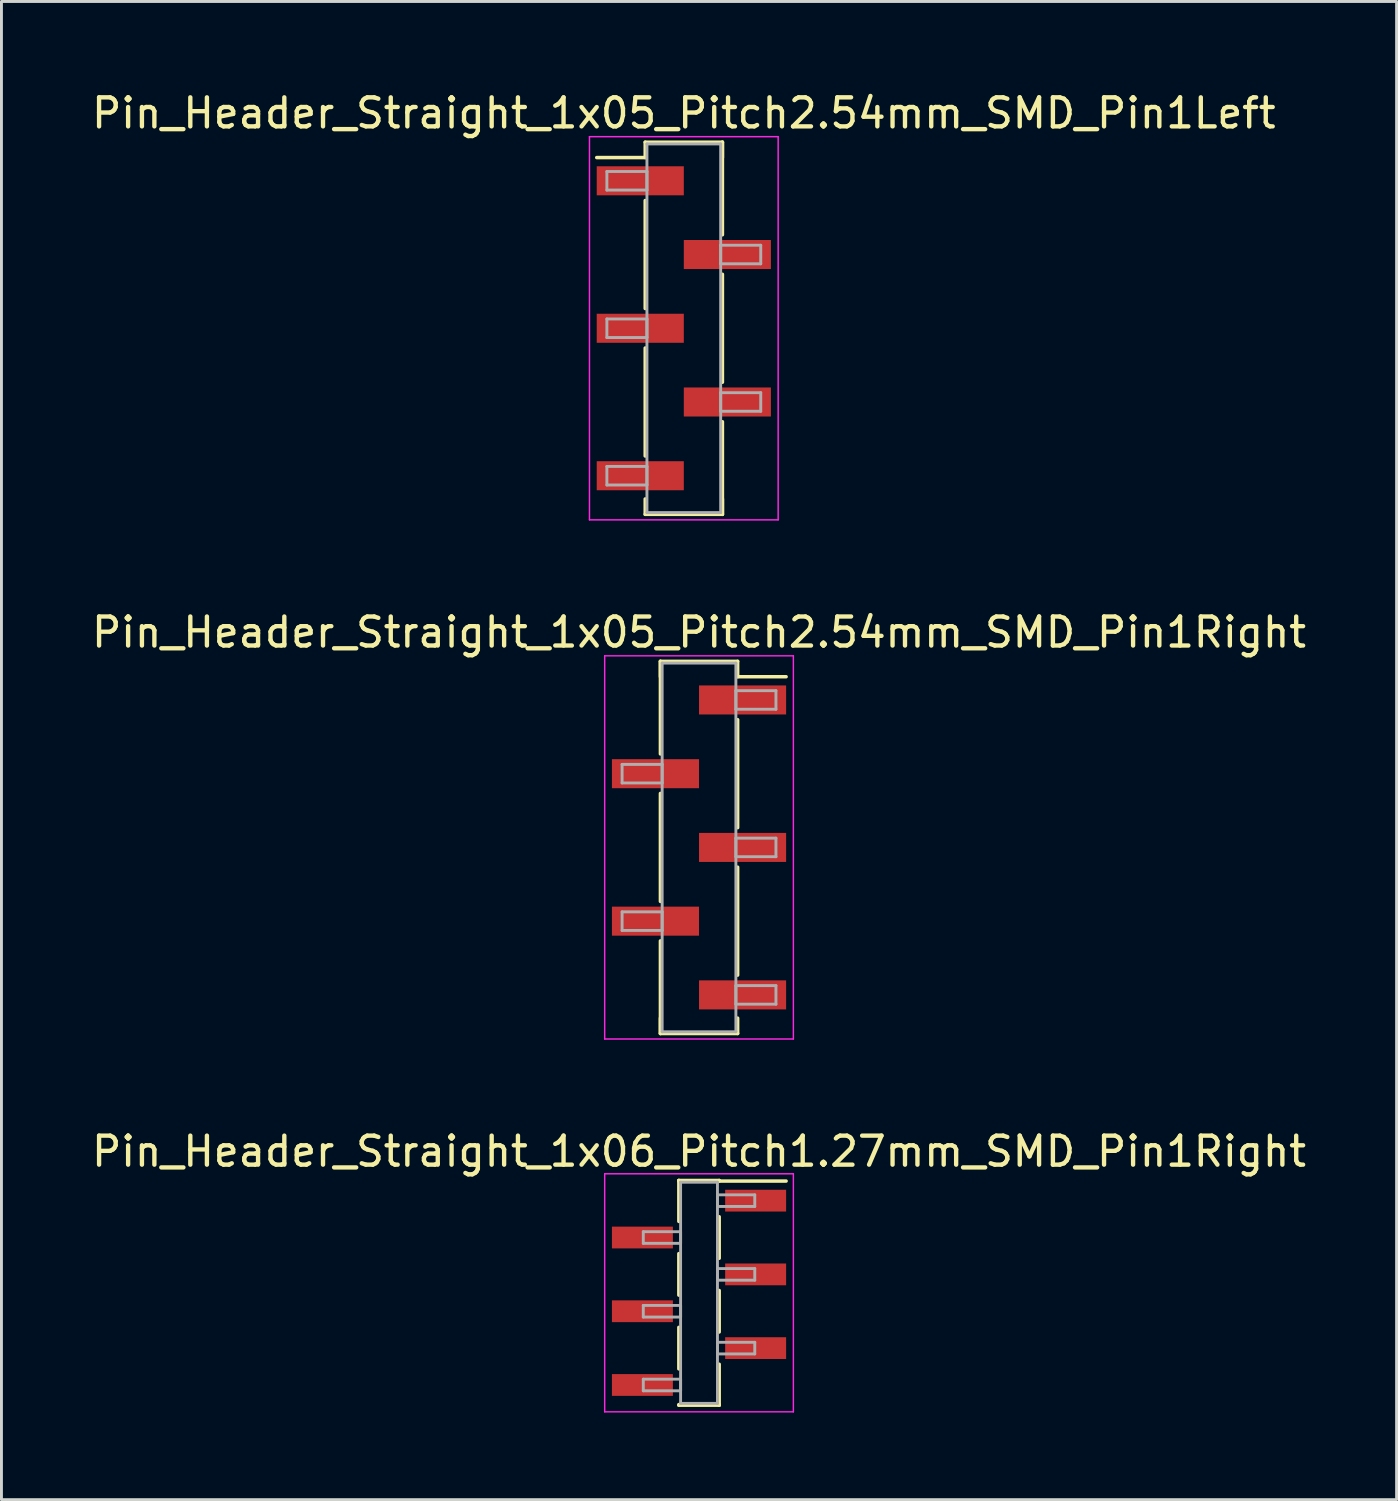
<source format=kicad_pcb>
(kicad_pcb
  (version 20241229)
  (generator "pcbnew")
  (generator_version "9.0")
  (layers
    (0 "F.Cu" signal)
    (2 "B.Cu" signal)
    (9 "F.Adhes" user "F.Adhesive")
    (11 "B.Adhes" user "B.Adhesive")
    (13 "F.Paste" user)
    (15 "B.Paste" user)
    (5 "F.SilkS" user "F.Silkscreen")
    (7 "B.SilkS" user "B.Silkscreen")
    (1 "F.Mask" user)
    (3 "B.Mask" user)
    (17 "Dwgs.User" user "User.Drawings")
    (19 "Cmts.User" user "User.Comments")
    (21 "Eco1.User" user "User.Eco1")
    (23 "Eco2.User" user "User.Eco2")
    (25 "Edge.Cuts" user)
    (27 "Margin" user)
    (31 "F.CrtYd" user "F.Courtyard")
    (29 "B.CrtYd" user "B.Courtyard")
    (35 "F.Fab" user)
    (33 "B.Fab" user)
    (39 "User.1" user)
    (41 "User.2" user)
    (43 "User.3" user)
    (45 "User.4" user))
  (footprint "Pin_Header_Straight_1x05_Pitch2.54mm_SMD_Pin1Right"
    (layer "F.Cu")
    (at 21.03 26.142)
    (property "Reference" "Pin_Header_Straight_1x05_Pitch2.54mm_SMD_Pin1Right" (at 0 -7.41 0) (layer "F.SilkS") (effects (font (size 1 1) (thickness 0.15))))
    (attr smd)
    (fp_line (start -1.33 -6.41) (end -1.33 -3.22) (stroke (width 0.12) (type solid)) (layer "F.SilkS"))
    (fp_line (start -1.33 -6.41) (end 1.33 -6.41) (stroke (width 0.12) (type solid)) (layer "F.SilkS"))
    (fp_line (start -1.33 -5.88) (end -1.33 -6.41) (stroke (width 0.12) (type solid)) (layer "F.SilkS"))
    (fp_line (start -1.33 -1.86) (end -1.33 1.86) (stroke (width 0.12) (type solid)) (layer "F.SilkS"))
    (fp_line (start -1.33 3.22) (end -1.33 6.41) (stroke (width 0.12) (type solid)) (layer "F.SilkS"))
    (fp_line (start -1.33 5.88) (end -1.33 6.41) (stroke (width 0.12) (type solid)) (layer "F.SilkS"))
    (fp_line (start -1.33 6.41) (end 1.33 6.41) (stroke (width 0.12) (type solid)) (layer "F.SilkS"))
    (fp_line (start 1.33 -6.41) (end 1.33 -5.88) (stroke (width 0.12) (type solid)) (layer "F.SilkS"))
    (fp_line (start 1.33 -5.88) (end 3 -5.88) (stroke (width 0.12) (type solid)) (layer "F.SilkS"))
    (fp_line (start 1.33 -4.4) (end 1.33 -0.68) (stroke (width 0.12) (type solid)) (layer "F.SilkS"))
    (fp_line (start 1.33 0.68) (end 1.33 4.4) (stroke (width 0.12) (type solid)) (layer "F.SilkS"))
    (fp_line (start 1.33 6.41) (end 1.33 5.88) (stroke (width 0.12) (type solid)) (layer "F.SilkS"))
    (fp_line (start -3.25 -6.6) (end -3.25 6.6) (stroke (width 0.05) (type solid)) (layer "F.CrtYd"))
    (fp_line (start -3.25 6.6) (end 3.25 6.6) (stroke (width 0.05) (type solid)) (layer "F.CrtYd"))
    (fp_line (start 3.25 -6.6) (end -3.25 -6.6) (stroke (width 0.05) (type solid)) (layer "F.CrtYd"))
    (fp_line (start 3.25 6.6) (end 3.25 -6.6) (stroke (width 0.05) (type solid)) (layer "F.CrtYd"))
    (fp_line (start -2.65 -2.86) (end -1.27 -2.86) (stroke (width 0.1) (type solid)) (layer "F.Fab"))
    (fp_line (start -2.65 -2.22) (end -2.65 -2.86) (stroke (width 0.1) (type solid)) (layer "F.Fab"))
    (fp_line (start -2.65 2.22) (end -1.27 2.22) (stroke (width 0.1) (type solid)) (layer "F.Fab"))
    (fp_line (start -2.65 2.86) (end -2.65 2.22) (stroke (width 0.1) (type solid)) (layer "F.Fab"))
    (fp_line (start -1.27 -6.35) (end -1.27 6.35) (stroke (width 0.1) (type solid)) (layer "F.Fab"))
    (fp_line (start -1.27 -2.86) (end -1.27 -2.22) (stroke (width 0.1) (type solid)) (layer "F.Fab"))
    (fp_line (start -1.27 -2.22) (end -2.65 -2.22) (stroke (width 0.1) (type solid)) (layer "F.Fab"))
    (fp_line (start -1.27 2.22) (end -1.27 2.86) (stroke (width 0.1) (type solid)) (layer "F.Fab"))
    (fp_line (start -1.27 2.86) (end -2.65 2.86) (stroke (width 0.1) (type solid)) (layer "F.Fab"))
    (fp_line (start -1.27 6.35) (end 1.27 6.35) (stroke (width 0.1) (type solid)) (layer "F.Fab"))
    (fp_line (start 1.27 -6.35) (end -1.27 -6.35) (stroke (width 0.1) (type solid)) (layer "F.Fab"))
    (fp_line (start 1.27 -5.4) (end 1.27 -4.76) (stroke (width 0.1) (type solid)) (layer "F.Fab"))
    (fp_line (start 1.27 -4.76) (end 2.65 -4.76) (stroke (width 0.1) (type solid)) (layer "F.Fab"))
    (fp_line (start 1.27 -0.32) (end 1.27 0.32) (stroke (width 0.1) (type solid)) (layer "F.Fab"))
    (fp_line (start 1.27 0.32) (end 2.65 0.32) (stroke (width 0.1) (type solid)) (layer "F.Fab"))
    (fp_line (start 1.27 4.76) (end 1.27 5.4) (stroke (width 0.1) (type solid)) (layer "F.Fab"))
    (fp_line (start 1.27 5.4) (end 2.65 5.4) (stroke (width 0.1) (type solid)) (layer "F.Fab"))
    (fp_line (start 1.27 6.35) (end 1.27 -6.35) (stroke (width 0.1) (type solid)) (layer "F.Fab"))
    (fp_line (start 2.65 -5.4) (end 1.27 -5.4) (stroke (width 0.1) (type solid)) (layer "F.Fab"))
    (fp_line (start 2.65 -4.76) (end 2.65 -5.4) (stroke (width 0.1) (type solid)) (layer "F.Fab"))
    (fp_line (start 2.65 -0.32) (end 1.27 -0.32) (stroke (width 0.1) (type solid)) (layer "F.Fab"))
    (fp_line (start 2.65 0.32) (end 2.65 -0.32) (stroke (width 0.1) (type solid)) (layer "F.Fab"))
    (fp_line (start 2.65 4.76) (end 1.27 4.76) (stroke (width 0.1) (type solid)) (layer "F.Fab"))
    (fp_line (start 2.65 5.4) (end 2.65 4.76) (stroke (width 0.1) (type solid)) (layer "F.Fab"))
    (pad "1" smd rect (at 1.5 -5.08) (size 3 1) (layers "F.Cu" "F.Mask"))
    (pad "2" smd rect (at -1.5 -2.54) (size 3 1) (layers "F.Cu" "F.Mask"))
    (pad "3" smd rect (at 1.5 0) (size 3 1) (layers "F.Cu" "F.Mask"))
    (pad "4" smd rect (at -1.5 2.54) (size 3 1) (layers "F.Cu" "F.Mask"))
    (pad "5" smd rect (at 1.5 5.08) (size 3 1) (layers "F.Cu" "F.Mask")))
  (footprint "Pin_Header_Straight_1x05_Pitch2.54mm_SMD_Pin1Left"
    (layer "F.Cu")
    (at 20.506 8.258)
    (property "Reference" "Pin_Header_Straight_1x05_Pitch2.54mm_SMD_Pin1Left" (at 0 -7.41 0) (layer "F.SilkS") (effects (font (size 1 1) (thickness 0.15))))
    (attr smd)
    (fp_line (start -1.33 -6.41) (end 1.33 -6.41) (stroke (width 0.12) (type solid)) (layer "F.SilkS"))
    (fp_line (start -1.33 -5.88) (end -3 -5.88) (stroke (width 0.12) (type solid)) (layer "F.SilkS"))
    (fp_line (start -1.33 -5.88) (end -1.33 -6.41) (stroke (width 0.12) (type solid)) (layer "F.SilkS"))
    (fp_line (start -1.33 -4.4) (end -1.33 -0.68) (stroke (width 0.12) (type solid)) (layer "F.SilkS"))
    (fp_line (start -1.33 0.68) (end -1.33 4.4) (stroke (width 0.12) (type solid)) (layer "F.SilkS"))
    (fp_line (start -1.33 5.88) (end -1.33 6.41) (stroke (width 0.12) (type solid)) (layer "F.SilkS"))
    (fp_line (start -1.33 6.41) (end 1.33 6.41) (stroke (width 0.12) (type solid)) (layer "F.SilkS"))
    (fp_line (start 1.33 -6.41) (end 1.33 -5.88) (stroke (width 0.12) (type solid)) (layer "F.SilkS"))
    (fp_line (start 1.33 -6.41) (end 1.33 -3.22) (stroke (width 0.12) (type solid)) (layer "F.SilkS"))
    (fp_line (start 1.33 -1.86) (end 1.33 1.86) (stroke (width 0.12) (type solid)) (layer "F.SilkS"))
    (fp_line (start 1.33 3.22) (end 1.33 6.41) (stroke (width 0.12) (type solid)) (layer "F.SilkS"))
    (fp_line (start 1.33 6.41) (end 1.33 5.88) (stroke (width 0.12) (type solid)) (layer "F.SilkS"))
    (fp_line (start -3.25 -6.6) (end -3.25 6.6) (stroke (width 0.05) (type solid)) (layer "F.CrtYd"))
    (fp_line (start -3.25 6.6) (end 3.25 6.6) (stroke (width 0.05) (type solid)) (layer "F.CrtYd"))
    (fp_line (start 3.25 -6.6) (end -3.25 -6.6) (stroke (width 0.05) (type solid)) (layer "F.CrtYd"))
    (fp_line (start 3.25 6.6) (end 3.25 -6.6) (stroke (width 0.05) (type solid)) (layer "F.CrtYd"))
    (fp_line (start -2.65 -5.4) (end -1.27 -5.4) (stroke (width 0.1) (type solid)) (layer "F.Fab"))
    (fp_line (start -2.65 -4.76) (end -2.65 -5.4) (stroke (width 0.1) (type solid)) (layer "F.Fab"))
    (fp_line (start -2.65 -0.32) (end -1.27 -0.32) (stroke (width 0.1) (type solid)) (layer "F.Fab"))
    (fp_line (start -2.65 0.32) (end -2.65 -0.32) (stroke (width 0.1) (type solid)) (layer "F.Fab"))
    (fp_line (start -2.65 4.76) (end -1.27 4.76) (stroke (width 0.1) (type solid)) (layer "F.Fab"))
    (fp_line (start -2.65 5.4) (end -2.65 4.76) (stroke (width 0.1) (type solid)) (layer "F.Fab"))
    (fp_line (start -1.27 -6.35) (end -1.27 6.35) (stroke (width 0.1) (type solid)) (layer "F.Fab"))
    (fp_line (start -1.27 -5.4) (end -1.27 -4.76) (stroke (width 0.1) (type solid)) (layer "F.Fab"))
    (fp_line (start -1.27 -4.76) (end -2.65 -4.76) (stroke (width 0.1) (type solid)) (layer "F.Fab"))
    (fp_line (start -1.27 -0.32) (end -1.27 0.32) (stroke (width 0.1) (type solid)) (layer "F.Fab"))
    (fp_line (start -1.27 0.32) (end -2.65 0.32) (stroke (width 0.1) (type solid)) (layer "F.Fab"))
    (fp_line (start -1.27 4.76) (end -1.27 5.4) (stroke (width 0.1) (type solid)) (layer "F.Fab"))
    (fp_line (start -1.27 5.4) (end -2.65 5.4) (stroke (width 0.1) (type solid)) (layer "F.Fab"))
    (fp_line (start -1.27 6.35) (end 1.27 6.35) (stroke (width 0.1) (type solid)) (layer "F.Fab"))
    (fp_line (start 1.27 -6.35) (end -1.27 -6.35) (stroke (width 0.1) (type solid)) (layer "F.Fab"))
    (fp_line (start 1.27 -2.86) (end 1.27 -2.22) (stroke (width 0.1) (type solid)) (layer "F.Fab"))
    (fp_line (start 1.27 -2.22) (end 2.65 -2.22) (stroke (width 0.1) (type solid)) (layer "F.Fab"))
    (fp_line (start 1.27 2.22) (end 1.27 2.86) (stroke (width 0.1) (type solid)) (layer "F.Fab"))
    (fp_line (start 1.27 2.86) (end 2.65 2.86) (stroke (width 0.1) (type solid)) (layer "F.Fab"))
    (fp_line (start 1.27 6.35) (end 1.27 -6.35) (stroke (width 0.1) (type solid)) (layer "F.Fab"))
    (fp_line (start 2.65 -2.86) (end 1.27 -2.86) (stroke (width 0.1) (type solid)) (layer "F.Fab"))
    (fp_line (start 2.65 -2.22) (end 2.65 -2.86) (stroke (width 0.1) (type solid)) (layer "F.Fab"))
    (fp_line (start 2.65 2.22) (end 1.27 2.22) (stroke (width 0.1) (type solid)) (layer "F.Fab"))
    (fp_line (start 2.65 2.86) (end 2.65 2.22) (stroke (width 0.1) (type solid)) (layer "F.Fab"))
    (pad "1" smd rect (at -1.5 -5.08) (size 3 1) (layers "F.Cu" "F.Mask"))
    (pad "2" smd rect (at 1.5 -2.54) (size 3 1) (layers "F.Cu" "F.Mask"))
    (pad "3" smd rect (at -1.5 0) (size 3 1) (layers "F.Cu" "F.Mask"))
    (pad "4" smd rect (at 1.5 2.54) (size 3 1) (layers "F.Cu" "F.Mask"))
    (pad "5" smd rect (at -1.5 5.08) (size 3 1) (layers "F.Cu" "F.Mask")))
  (footprint "Pin_Header_Straight_1x06_Pitch1.27mm_SMD_Pin1Right"
    (layer "F.Cu")
    (at 21.03 41.485)
    (property "Reference" "Pin_Header_Straight_1x06_Pitch1.27mm_SMD_Pin1Right" (at 0 -4.87 0) (layer "F.SilkS") (effects (font (size 1 1) (thickness 0.15))))
    (attr smd)
    (fp_line (start -0.695 -3.87) (end -0.695 -2.46) (stroke (width 0.12) (type solid)) (layer "F.SilkS"))
    (fp_line (start -0.695 -3.87) (end 0.695 -3.87) (stroke (width 0.12) (type solid)) (layer "F.SilkS"))
    (fp_line (start -0.695 -3.85) (end -0.695 -3.87) (stroke (width 0.12) (type solid)) (layer "F.SilkS"))
    (fp_line (start -0.695 -1.35) (end -0.695 0.08) (stroke (width 0.12) (type solid)) (layer "F.SilkS"))
    (fp_line (start -0.695 1.19) (end -0.695 2.62) (stroke (width 0.12) (type solid)) (layer "F.SilkS"))
    (fp_line (start -0.695 3.85) (end -0.695 3.87) (stroke (width 0.12) (type solid)) (layer "F.SilkS"))
    (fp_line (start -0.695 3.87) (end 0.695 3.87) (stroke (width 0.12) (type solid)) (layer "F.SilkS"))
    (fp_line (start 0.695 -3.87) (end 0.695 -3.85) (stroke (width 0.12) (type solid)) (layer "F.SilkS"))
    (fp_line (start 0.695 -3.85) (end 3 -3.85) (stroke (width 0.12) (type solid)) (layer "F.SilkS"))
    (fp_line (start 0.695 -2.62) (end 0.695 -1.19) (stroke (width 0.12) (type solid)) (layer "F.SilkS"))
    (fp_line (start 0.695 -0.08) (end 0.695 1.35) (stroke (width 0.12) (type solid)) (layer "F.SilkS"))
    (fp_line (start 0.695 2.46) (end 0.695 3.87) (stroke (width 0.12) (type solid)) (layer "F.SilkS"))
    (fp_line (start 0.695 3.87) (end 0.695 3.85) (stroke (width 0.12) (type solid)) (layer "F.SilkS"))
    (fp_line (start -3.25 -4.1) (end -3.25 4.1) (stroke (width 0.05) (type solid)) (layer "F.CrtYd"))
    (fp_line (start -3.25 4.1) (end 3.25 4.1) (stroke (width 0.05) (type solid)) (layer "F.CrtYd"))
    (fp_line (start 3.25 -4.1) (end -3.25 -4.1) (stroke (width 0.05) (type solid)) (layer "F.CrtYd"))
    (fp_line (start 3.25 4.1) (end 3.25 -4.1) (stroke (width 0.05) (type solid)) (layer "F.CrtYd"))
    (fp_line (start -1.92 -2.105) (end -0.635 -2.105) (stroke (width 0.1) (type solid)) (layer "F.Fab"))
    (fp_line (start -1.92 -1.705) (end -1.92 -2.105) (stroke (width 0.1) (type solid)) (layer "F.Fab"))
    (fp_line (start -1.92 0.435) (end -0.635 0.435) (stroke (width 0.1) (type solid)) (layer "F.Fab"))
    (fp_line (start -1.92 0.835) (end -1.92 0.435) (stroke (width 0.1) (type solid)) (layer "F.Fab"))
    (fp_line (start -1.92 2.975) (end -0.635 2.975) (stroke (width 0.1) (type solid)) (layer "F.Fab"))
    (fp_line (start -1.92 3.375) (end -1.92 2.975) (stroke (width 0.1) (type solid)) (layer "F.Fab"))
    (fp_line (start -0.635 -3.81) (end -0.635 3.81) (stroke (width 0.1) (type solid)) (layer "F.Fab"))
    (fp_line (start -0.635 -2.105) (end -0.635 -1.705) (stroke (width 0.1) (type solid)) (layer "F.Fab"))
    (fp_line (start -0.635 -1.705) (end -1.92 -1.705) (stroke (width 0.1) (type solid)) (layer "F.Fab"))
    (fp_line (start -0.635 0.435) (end -0.635 0.835) (stroke (width 0.1) (type solid)) (layer "F.Fab"))
    (fp_line (start -0.635 0.835) (end -1.92 0.835) (stroke (width 0.1) (type solid)) (layer "F.Fab"))
    (fp_line (start -0.635 2.975) (end -0.635 3.375) (stroke (width 0.1) (type solid)) (layer "F.Fab"))
    (fp_line (start -0.635 3.375) (end -1.92 3.375) (stroke (width 0.1) (type solid)) (layer "F.Fab"))
    (fp_line (start -0.635 3.81) (end 0.635 3.81) (stroke (width 0.1) (type solid)) (layer "F.Fab"))
    (fp_line (start 0.635 -3.81) (end -0.635 -3.81) (stroke (width 0.1) (type solid)) (layer "F.Fab"))
    (fp_line (start 0.635 -3.375) (end 0.635 -2.975) (stroke (width 0.1) (type solid)) (layer "F.Fab"))
    (fp_line (start 0.635 -2.975) (end 1.92 -2.975) (stroke (width 0.1) (type solid)) (layer "F.Fab"))
    (fp_line (start 0.635 -0.835) (end 0.635 -0.435) (stroke (width 0.1) (type solid)) (layer "F.Fab"))
    (fp_line (start 0.635 -0.435) (end 1.92 -0.435) (stroke (width 0.1) (type solid)) (layer "F.Fab"))
    (fp_line (start 0.635 1.705) (end 0.635 2.105) (stroke (width 0.1) (type solid)) (layer "F.Fab"))
    (fp_line (start 0.635 2.105) (end 1.92 2.105) (stroke (width 0.1) (type solid)) (layer "F.Fab"))
    (fp_line (start 0.635 3.81) (end 0.635 -3.81) (stroke (width 0.1) (type solid)) (layer "F.Fab"))
    (fp_line (start 1.92 -3.375) (end 0.635 -3.375) (stroke (width 0.1) (type solid)) (layer "F.Fab"))
    (fp_line (start 1.92 -2.975) (end 1.92 -3.375) (stroke (width 0.1) (type solid)) (layer "F.Fab"))
    (fp_line (start 1.92 -0.835) (end 0.635 -0.835) (stroke (width 0.1) (type solid)) (layer "F.Fab"))
    (fp_line (start 1.92 -0.435) (end 1.92 -0.835) (stroke (width 0.1) (type solid)) (layer "F.Fab"))
    (fp_line (start 1.92 1.705) (end 0.635 1.705) (stroke (width 0.1) (type solid)) (layer "F.Fab"))
    (fp_line (start 1.92 2.105) (end 1.92 1.705) (stroke (width 0.1) (type solid)) (layer "F.Fab"))
    (pad "1" smd rect (at 1.95 -3.175) (size 2.1 0.75) (layers "F.Cu" "F.Mask"))
    (pad "2" smd rect (at -1.95 -1.905) (size 2.1 0.75) (layers "F.Cu" "F.Mask"))
    (pad "3" smd rect (at 1.95 -0.635) (size 2.1 0.75) (layers "F.Cu" "F.Mask"))
    (pad "4" smd rect (at -1.95 0.635) (size 2.1 0.75) (layers "F.Cu" "F.Mask"))
    (pad "5" smd rect (at 1.95 1.905) (size 2.1 0.75) (layers "F.Cu" "F.Mask"))
    (pad "6" smd rect (at -1.95 3.175) (size 2.1 0.75) (layers "F.Cu" "F.Mask")))
  (gr_rect
    (start -3 -3)
    (end 45.06 48.61)
    (stroke (width 0.1) (type default))
    (fill no)
    (layer "Edge.Cuts")))
</source>
